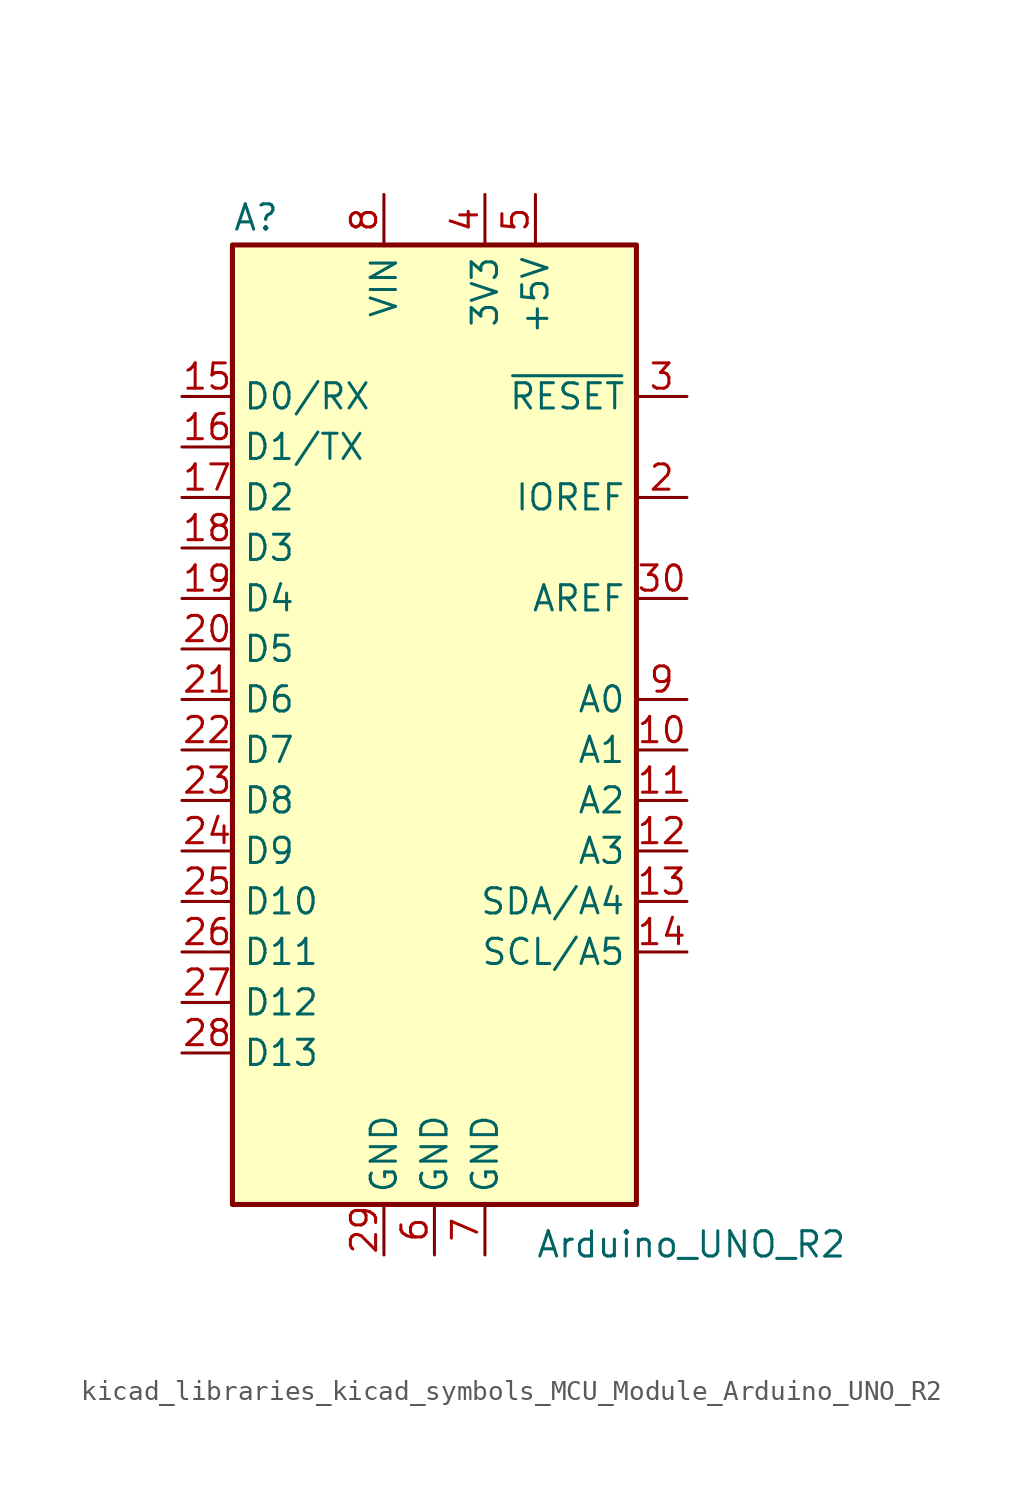
<source format=kicad_sym>
(kicad_symbol_lib
  (version 20220914)
  (generator kicad_symbol_editor)
  (symbol "kicad_libraries_kicad_symbols_MCU_Module_Arduino_UNO_R2"
    (property "Reference" "A"
      (at -10.16 23.495 0)
      (effects (font (size 1.27 1.27)) (justify left bottom)))
    (property "Value" "Arduino_UNO_R2"
      (at 5.08 -26.67 0)
      (effects (font (size 1.27 1.27)) (justify left top)))
    (symbol "kicad_libraries_kicad_symbols_MCU_Module_Arduino_UNO_R2_0_1"
      (rectangle (start -10.16 22.86) (end 10.16 -25.4) (stroke (width 0.254) (type default)) (fill (type background))))
    (symbol "kicad_libraries_kicad_symbols_MCU_Module_Arduino_UNO_R2_1_1"
      (pin no_connect line (at -10.16 -20.32 0) (length 2.54) hide (name "NC" (effects (font (size 1.27 1.27)))) (number "1" (effects (font (size 1.27 1.27)))))
      (pin bidirectional line (at 12.7 -2.54 180) (length 2.54) (name "A1" (effects (font (size 1.27 1.27)))) (number "10" (effects (font (size 1.27 1.27)))))
      (pin bidirectional line (at 12.7 -5.08 180) (length 2.54) (name "A2" (effects (font (size 1.27 1.27)))) (number "11" (effects (font (size 1.27 1.27)))))
      (pin bidirectional line (at 12.7 -7.62 180) (length 2.54) (name "A3" (effects (font (size 1.27 1.27)))) (number "12" (effects (font (size 1.27 1.27)))))
      (pin bidirectional line (at 12.7 -10.16 180) (length 2.54) (name "SDA/A4" (effects (font (size 1.27 1.27)))) (number "13" (effects (font (size 1.27 1.27)))))
      (pin bidirectional line (at 12.7 -12.7 180) (length 2.54) (name "SCL/A5" (effects (font (size 1.27 1.27)))) (number "14" (effects (font (size 1.27 1.27)))))
      (pin bidirectional line (at -12.7 15.24 0) (length 2.54) (name "D0/RX" (effects (font (size 1.27 1.27)))) (number "15" (effects (font (size 1.27 1.27)))))
      (pin bidirectional line (at -12.7 12.7 0) (length 2.54) (name "D1/TX" (effects (font (size 1.27 1.27)))) (number "16" (effects (font (size 1.27 1.27)))))
      (pin bidirectional line (at -12.7 10.16 0) (length 2.54) (name "D2" (effects (font (size 1.27 1.27)))) (number "17" (effects (font (size 1.27 1.27)))))
      (pin bidirectional line (at -12.7 7.62 0) (length 2.54) (name "D3" (effects (font (size 1.27 1.27)))) (number "18" (effects (font (size 1.27 1.27)))))
      (pin bidirectional line (at -12.7 5.08 0) (length 2.54) (name "D4" (effects (font (size 1.27 1.27)))) (number "19" (effects (font (size 1.27 1.27)))))
      (pin output line (at 12.7 10.16 180) (length 2.54) (name "IOREF" (effects (font (size 1.27 1.27)))) (number "2" (effects (font (size 1.27 1.27)))))
      (pin bidirectional line (at -12.7 2.54 0) (length 2.54) (name "D5" (effects (font (size 1.27 1.27)))) (number "20" (effects (font (size 1.27 1.27)))))
      (pin bidirectional line (at -12.7 0 0) (length 2.54) (name "D6" (effects (font (size 1.27 1.27)))) (number "21" (effects (font (size 1.27 1.27)))))
      (pin bidirectional line (at -12.7 -2.54 0) (length 2.54) (name "D7" (effects (font (size 1.27 1.27)))) (number "22" (effects (font (size 1.27 1.27)))))
      (pin bidirectional line (at -12.7 -5.08 0) (length 2.54) (name "D8" (effects (font (size 1.27 1.27)))) (number "23" (effects (font (size 1.27 1.27)))))
      (pin bidirectional line (at -12.7 -7.62 0) (length 2.54) (name "D9" (effects (font (size 1.27 1.27)))) (number "24" (effects (font (size 1.27 1.27)))))
      (pin bidirectional line (at -12.7 -10.16 0) (length 2.54) (name "D10" (effects (font (size 1.27 1.27)))) (number "25" (effects (font (size 1.27 1.27)))))
      (pin bidirectional line (at -12.7 -12.7 0) (length 2.54) (name "D11" (effects (font (size 1.27 1.27)))) (number "26" (effects (font (size 1.27 1.27)))))
      (pin bidirectional line (at -12.7 -15.24 0) (length 2.54) (name "D12" (effects (font (size 1.27 1.27)))) (number "27" (effects (font (size 1.27 1.27)))))
      (pin bidirectional line (at -12.7 -17.78 0) (length 2.54) (name "D13" (effects (font (size 1.27 1.27)))) (number "28" (effects (font (size 1.27 1.27)))))
      (pin power_in line (at -2.54 -27.94 90) (length 2.54) (name "GND" (effects (font (size 1.27 1.27)))) (number "29" (effects (font (size 1.27 1.27)))))
      (pin input line (at 12.7 15.24 180) (length 2.54) (name "~{RESET}" (effects (font (size 1.27 1.27)))) (number "3" (effects (font (size 1.27 1.27)))))
      (pin input line (at 12.7 5.08 180) (length 2.54) (name "AREF" (effects (font (size 1.27 1.27)))) (number "30" (effects (font (size 1.27 1.27)))))
      (pin power_out line (at 2.54 25.4 270) (length 2.54) (name "3V3" (effects (font (size 1.27 1.27)))) (number "4" (effects (font (size 1.27 1.27)))))
      (pin power_out line (at 5.08 25.4 270) (length 2.54) (name "+5V" (effects (font (size 1.27 1.27)))) (number "5" (effects (font (size 1.27 1.27)))))
      (pin power_in line (at 0 -27.94 90) (length 2.54) (name "GND" (effects (font (size 1.27 1.27)))) (number "6" (effects (font (size 1.27 1.27)))))
      (pin power_in line (at 2.54 -27.94 90) (length 2.54) (name "GND" (effects (font (size 1.27 1.27)))) (number "7" (effects (font (size 1.27 1.27)))))
      (pin power_in line (at -2.54 25.4 270) (length 2.54) (name "VIN" (effects (font (size 1.27 1.27)))) (number "8" (effects (font (size 1.27 1.27)))))
      (pin bidirectional line (at 12.7 0 180) (length 2.54) (name "A0" (effects (font (size 1.27 1.27)))) (number "9" (effects (font (size 1.27 1.27))))))))
</source>
